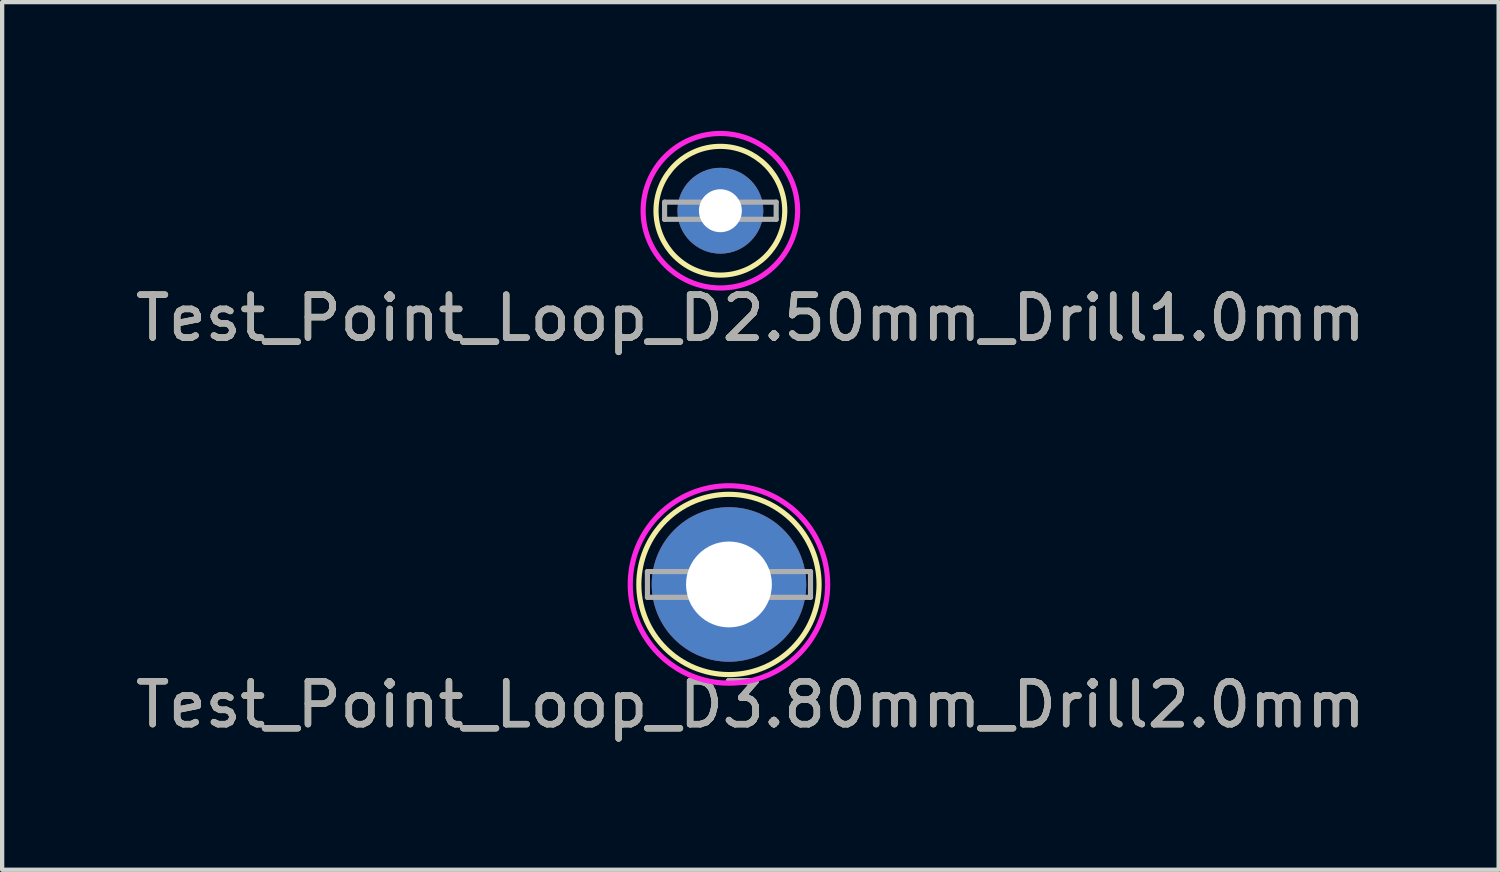
<source format=kicad_pcb>
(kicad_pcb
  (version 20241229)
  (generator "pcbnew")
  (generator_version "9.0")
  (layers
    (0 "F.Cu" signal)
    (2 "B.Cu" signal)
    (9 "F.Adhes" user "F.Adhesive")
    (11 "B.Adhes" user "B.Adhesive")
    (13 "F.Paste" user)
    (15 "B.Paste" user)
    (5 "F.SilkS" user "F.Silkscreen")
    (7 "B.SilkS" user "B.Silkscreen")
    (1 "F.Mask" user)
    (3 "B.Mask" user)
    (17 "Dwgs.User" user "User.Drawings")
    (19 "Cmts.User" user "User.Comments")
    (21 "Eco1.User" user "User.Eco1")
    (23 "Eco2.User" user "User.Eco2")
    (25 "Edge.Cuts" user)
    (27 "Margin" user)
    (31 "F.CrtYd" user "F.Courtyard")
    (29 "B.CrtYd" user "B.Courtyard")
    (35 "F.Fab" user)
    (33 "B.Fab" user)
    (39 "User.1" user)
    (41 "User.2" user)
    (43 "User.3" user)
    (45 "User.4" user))
  (footprint "Test_Point_Loop_D3.80mm_Drill2.0mm"
    (layer "F.Cu")
    (at 13.935 10.568)
    (property "Reference" "Test_Point_Loop_D3.80mm_Drill2.0mm" (at 0.5 2.8 0) (layer "F.SilkS") (effects (font (size 1 1) (thickness 0.15))))
    (attr through_hole)
    (fp_circle (center 0 0) (end 2.1 0) (stroke (width 0.12) (type solid)) (fill no) (layer "F.SilkS"))
    (fp_circle (center 0 0) (end 2.3 0) (stroke (width 0.12) (type solid)) (fill no) (layer "F.CrtYd"))
    (fp_line (start -1.9 -0.3) (end -1.9 0.3) (stroke (width 0.12) (type solid)) (layer "F.Fab"))
    (fp_line (start -1.9 0.3) (end 1.9 0.3) (stroke (width 0.12) (type solid)) (layer "F.Fab"))
    (fp_line (start 1.9 -0.3) (end -1.9 -0.3) (stroke (width 0.12) (type solid)) (layer "F.Fab"))
    (fp_line (start 1.9 0.3) (end 1.9 -0.3) (stroke (width 0.12) (type solid)) (layer "F.Fab"))
    (fp_text user "${REFERENCE}" (at 0.5 2.8 0) (layer "F.Fab") (effects (font (size 1 1) (thickness 0.15))))
    (pad "1" thru_hole circle (at 0 0) (size 3.6 3.6) (drill 2) (layers "*.Cu" "*.Mask")))
  (footprint "Test_Point_Loop_D2.50mm_Drill1.0mm"
    (layer "F.Cu")
    (at 13.735 1.86)
    (property "Reference" "Test_Point_Loop_D2.50mm_Drill1.0mm" (at 0.7 2.5 0) (layer "F.SilkS") (effects (font (size 1 1) (thickness 0.15))))
    (attr through_hole)
    (fp_circle (center 0 0) (end 1.5 0) (stroke (width 0.12) (type solid)) (fill no) (layer "F.SilkS"))
    (fp_circle (center 0 0) (end 1.8 0) (stroke (width 0.12) (type solid)) (fill no) (layer "F.CrtYd"))
    (fp_line (start -1.3 -0.2) (end -1.3 0.2) (stroke (width 0.12) (type solid)) (layer "F.Fab"))
    (fp_line (start -1.3 0.2) (end 1.3 0.2) (stroke (width 0.12) (type solid)) (layer "F.Fab"))
    (fp_line (start 1.3 -0.2) (end -1.3 -0.2) (stroke (width 0.12) (type solid)) (layer "F.Fab"))
    (fp_line (start 1.3 0.2) (end 1.3 -0.2) (stroke (width 0.12) (type solid)) (layer "F.Fab"))
    (fp_text user "${REFERENCE}" (at 0.7 2.5 0) (layer "F.Fab") (effects (font (size 1 1) (thickness 0.15))))
    (pad "1" thru_hole circle (at 0 0) (size 2 2) (drill 1) (layers "*.Cu" "*.Mask")))
  (gr_rect
    (start -3 -3)
    (end 31.869 17.216)
    (stroke (width 0.1) (type default))
    (fill no)
    (layer "Edge.Cuts")))
</source>
